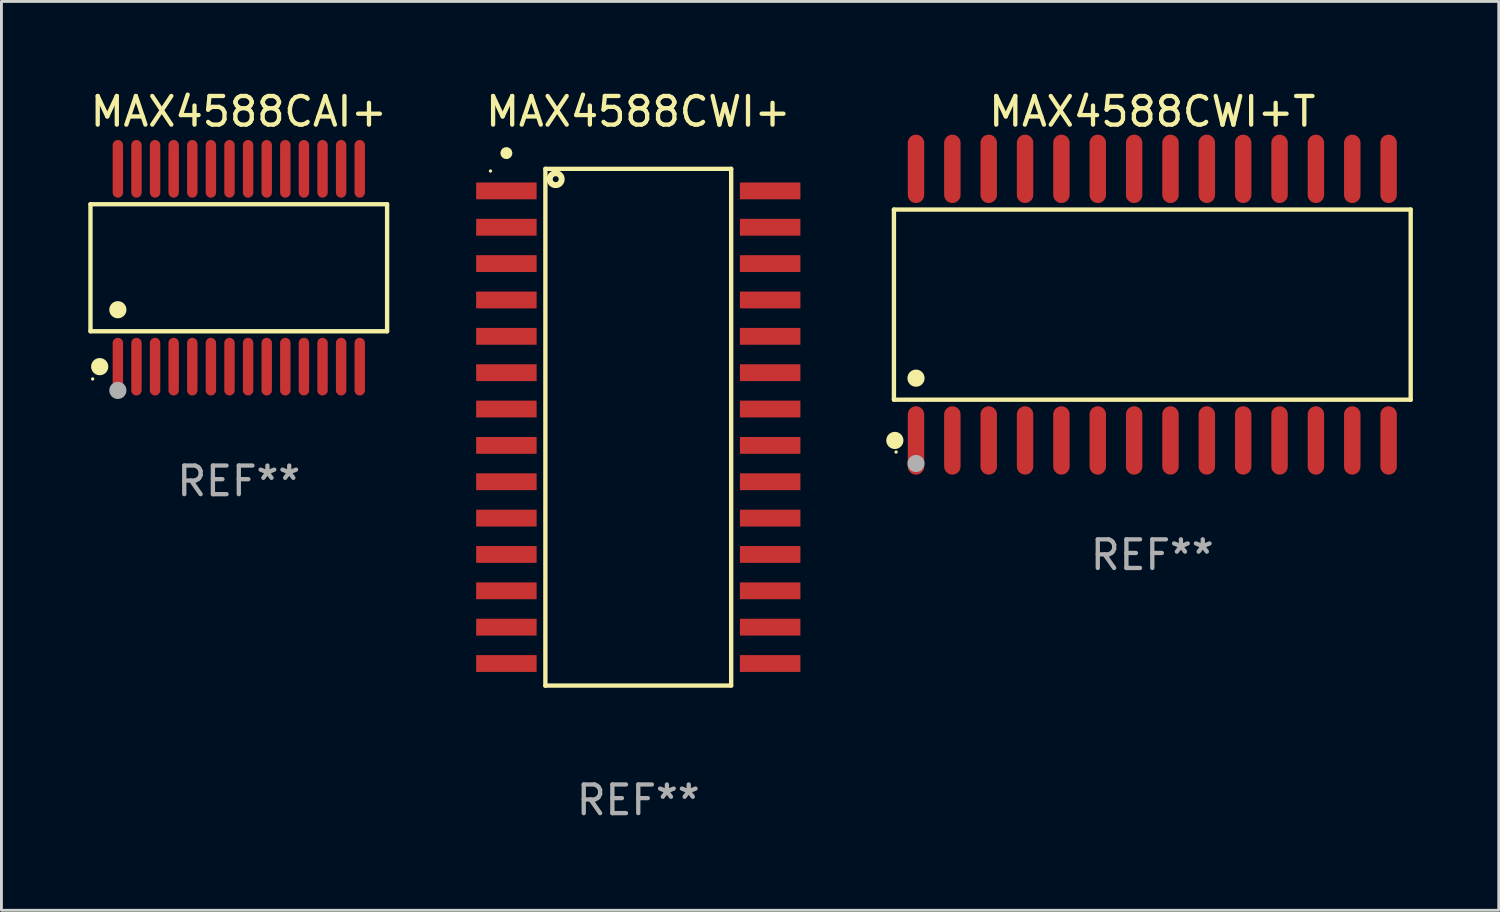
<source format=kicad_pcb>
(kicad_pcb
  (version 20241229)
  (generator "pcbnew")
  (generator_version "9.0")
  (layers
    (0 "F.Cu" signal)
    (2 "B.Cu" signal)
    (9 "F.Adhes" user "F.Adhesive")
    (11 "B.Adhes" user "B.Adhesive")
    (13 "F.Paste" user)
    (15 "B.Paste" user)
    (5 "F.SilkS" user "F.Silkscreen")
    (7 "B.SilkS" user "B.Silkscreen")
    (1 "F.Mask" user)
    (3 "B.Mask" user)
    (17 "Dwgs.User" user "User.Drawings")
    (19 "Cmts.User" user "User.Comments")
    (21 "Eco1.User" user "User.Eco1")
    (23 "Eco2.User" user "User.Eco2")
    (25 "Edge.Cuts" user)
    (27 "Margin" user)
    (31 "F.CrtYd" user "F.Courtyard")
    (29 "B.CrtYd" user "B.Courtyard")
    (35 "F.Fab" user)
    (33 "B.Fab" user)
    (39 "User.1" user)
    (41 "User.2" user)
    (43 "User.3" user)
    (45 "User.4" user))
  (footprint "MAX4588CWI+"
    (layer "F.Cu")
    (at 19.247 11.874)
    (property "Reference" "MAX4588CWI+" (at 0 -11.026 0) (layer "F.SilkS") (effects (font (size 1 1) (thickness 0.15))))
    (attr through_hole)
    (fp_line (start -3.245 -9.026) (end 3.245 -9.026) (stroke (width 0.152) (type solid)) (layer "F.SilkS"))
    (fp_line (start -3.245 9.026) (end -3.245 -9.026) (stroke (width 0.152) (type solid)) (layer "F.SilkS"))
    (fp_line (start 3.245 -9.026) (end 3.245 9.026) (stroke (width 0.152) (type solid)) (layer "F.SilkS"))
    (fp_line (start 3.245 9.026) (end -3.245 9.026) (stroke (width 0.152) (type solid)) (layer "F.SilkS"))
    (fp_circle (center -5.163 -8.95) (end -5.133 -8.95) (stroke (width 0.06) (type solid)) (fill no) (layer "F.SilkS"))
    (fp_circle (center -4.607 -9.576) (end -4.502 -9.576) (stroke (width 0.209) (type solid)) (fill no) (layer "F.SilkS"))
    (fp_circle (center -2.884 -8.665) (end -2.78 -8.665) (stroke (width 0.209) (type solid)) (fill no) (layer "F.SilkS"))
    (fp_text user "REF**" (at 0 13.026 0) (layer "F.Fab") (effects (font (size 1 1) (thickness 0.15))))
    (pad "1" smd rect (at -4.607 -8.255) (size 2.113 0.588) (layers "F.Cu" "F.Mask" "F.Paste"))
    (pad "2" smd rect (at -4.607 -6.985) (size 2.113 0.588) (layers "F.Cu" "F.Mask" "F.Paste"))
    (pad "3" smd rect (at -4.607 -5.715) (size 2.113 0.588) (layers "F.Cu" "F.Mask" "F.Paste"))
    (pad "4" smd rect (at -4.607 -4.445) (size 2.113 0.588) (layers "F.Cu" "F.Mask" "F.Paste"))
    (pad "5" smd rect (at -4.607 -3.175) (size 2.113 0.588) (layers "F.Cu" "F.Mask" "F.Paste"))
    (pad "6" smd rect (at -4.607 -1.905) (size 2.113 0.588) (layers "F.Cu" "F.Mask" "F.Paste"))
    (pad "7" smd rect (at -4.607 -0.635) (size 2.113 0.588) (layers "F.Cu" "F.Mask" "F.Paste"))
    (pad "8" smd rect (at -4.607 0.635) (size 2.113 0.588) (layers "F.Cu" "F.Mask" "F.Paste"))
    (pad "9" smd rect (at -4.607 1.905) (size 2.113 0.588) (layers "F.Cu" "F.Mask" "F.Paste"))
    (pad "10" smd rect (at -4.607 3.175) (size 2.113 0.588) (layers "F.Cu" "F.Mask" "F.Paste"))
    (pad "11" smd rect (at -4.607 4.445) (size 2.113 0.588) (layers "F.Cu" "F.Mask" "F.Paste"))
    (pad "12" smd rect (at -4.607 5.715) (size 2.113 0.588) (layers "F.Cu" "F.Mask" "F.Paste"))
    (pad "13" smd rect (at -4.607 6.985) (size 2.113 0.588) (layers "F.Cu" "F.Mask" "F.Paste"))
    (pad "14" smd rect (at -4.607 8.255) (size 2.113 0.588) (layers "F.Cu" "F.Mask" "F.Paste"))
    (pad "15" smd rect (at 4.607 8.255) (size 2.113 0.588) (layers "F.Cu" "F.Mask" "F.Paste"))
    (pad "16" smd rect (at 4.607 6.985) (size 2.113 0.588) (layers "F.Cu" "F.Mask" "F.Paste"))
    (pad "17" smd rect (at 4.607 5.715) (size 2.113 0.588) (layers "F.Cu" "F.Mask" "F.Paste"))
    (pad "18" smd rect (at 4.607 4.445) (size 2.113 0.588) (layers "F.Cu" "F.Mask" "F.Paste"))
    (pad "19" smd rect (at 4.607 3.175) (size 2.113 0.588) (layers "F.Cu" "F.Mask" "F.Paste"))
    (pad "20" smd rect (at 4.607 1.905) (size 2.113 0.588) (layers "F.Cu" "F.Mask" "F.Paste"))
    (pad "21" smd rect (at 4.607 0.635) (size 2.113 0.588) (layers "F.Cu" "F.Mask" "F.Paste"))
    (pad "22" smd rect (at 4.607 -0.635) (size 2.113 0.588) (layers "F.Cu" "F.Mask" "F.Paste"))
    (pad "23" smd rect (at 4.607 -1.905) (size 2.113 0.588) (layers "F.Cu" "F.Mask" "F.Paste"))
    (pad "24" smd rect (at 4.607 -3.175) (size 2.113 0.588) (layers "F.Cu" "F.Mask" "F.Paste"))
    (pad "25" smd rect (at 4.607 -4.445) (size 2.113 0.588) (layers "F.Cu" "F.Mask" "F.Paste"))
    (pad "26" smd rect (at 4.607 -5.715) (size 2.113 0.588) (layers "F.Cu" "F.Mask" "F.Paste"))
    (pad "27" smd rect (at 4.607 -6.985) (size 2.113 0.588) (layers "F.Cu" "F.Mask" "F.Paste"))
    (pad "28" smd rect (at 4.607 -8.255) (size 2.113 0.588) (layers "F.Cu" "F.Mask" "F.Paste")))
  (footprint "MAX4588CAI+"
    (layer "F.Cu")
    (at 5.292 6.303)
    (property "Reference" "MAX4588CAI+" (at 0 -5.455 0) (layer "F.SilkS") (effects (font (size 1 1) (thickness 0.15))))
    (attr through_hole)
    (fp_line (start -5.181 -2.219) (end 5.181 -2.219) (stroke (width 0.152) (type solid)) (layer "F.SilkS"))
    (fp_line (start -5.181 2.219) (end -5.181 -2.219) (stroke (width 0.152) (type solid)) (layer "F.SilkS"))
    (fp_line (start 5.181 -2.219) (end 5.181 2.219) (stroke (width 0.152) (type solid)) (layer "F.SilkS"))
    (fp_line (start 5.181 2.219) (end -5.181 2.219) (stroke (width 0.152) (type solid)) (layer "F.SilkS"))
    (fp_circle (center -5.105 3.885) (end -5.075 3.885) (stroke (width 0.06) (type solid)) (fill no) (layer "F.SilkS"))
    (fp_circle (center -4.859 3.455) (end -4.709 3.455) (stroke (width 0.3) (type solid)) (fill no) (layer "F.SilkS"))
    (fp_circle (center -4.225 1.467) (end -4.075 1.467) (stroke (width 0.3) (type solid)) (fill no) (layer "F.SilkS"))
    (fp_circle (center -4.225 4.285) (end -4.075 4.285) (stroke (width 0.3) (type solid)) (fill no) (layer "F.Fab"))
    (fp_text user "REF**" (at 0 7.455 0) (layer "F.Fab") (effects (font (size 1 1) (thickness 0.15))))
    (pad "1" smd oval (at -4.225 3.455) (size 0.364 2.015) (layers "F.Cu" "F.Mask" "F.Paste"))
    (pad "2" smd oval (at -3.575 3.455) (size 0.364 2.015) (layers "F.Cu" "F.Mask" "F.Paste"))
    (pad "3" smd oval (at -2.925 3.455) (size 0.364 2.015) (layers "F.Cu" "F.Mask" "F.Paste"))
    (pad "4" smd oval (at -2.275 3.455) (size 0.364 2.015) (layers "F.Cu" "F.Mask" "F.Paste"))
    (pad "5" smd oval (at -1.625 3.455) (size 0.364 2.015) (layers "F.Cu" "F.Mask" "F.Paste"))
    (pad "6" smd oval (at -0.975 3.455) (size 0.364 2.015) (layers "F.Cu" "F.Mask" "F.Paste"))
    (pad "7" smd oval (at -0.325 3.455) (size 0.364 2.015) (layers "F.Cu" "F.Mask" "F.Paste"))
    (pad "8" smd oval (at 0.325 3.455) (size 0.364 2.015) (layers "F.Cu" "F.Mask" "F.Paste"))
    (pad "9" smd oval (at 0.975 3.455) (size 0.364 2.015) (layers "F.Cu" "F.Mask" "F.Paste"))
    (pad "10" smd oval (at 1.625 3.455) (size 0.364 2.015) (layers "F.Cu" "F.Mask" "F.Paste"))
    (pad "11" smd oval (at 2.275 3.455) (size 0.364 2.015) (layers "F.Cu" "F.Mask" "F.Paste"))
    (pad "12" smd oval (at 2.925 3.455) (size 0.364 2.015) (layers "F.Cu" "F.Mask" "F.Paste"))
    (pad "13" smd oval (at 3.575 3.455) (size 0.364 2.015) (layers "F.Cu" "F.Mask" "F.Paste"))
    (pad "14" smd oval (at 4.225 3.455) (size 0.364 2.015) (layers "F.Cu" "F.Mask" "F.Paste"))
    (pad "15" smd oval (at 4.225 -3.455) (size 0.364 2.015) (layers "F.Cu" "F.Mask" "F.Paste"))
    (pad "16" smd oval (at 3.575 -3.455) (size 0.364 2.015) (layers "F.Cu" "F.Mask" "F.Paste"))
    (pad "17" smd oval (at 2.925 -3.455) (size 0.364 2.015) (layers "F.Cu" "F.Mask" "F.Paste"))
    (pad "18" smd oval (at 2.275 -3.455) (size 0.364 2.015) (layers "F.Cu" "F.Mask" "F.Paste"))
    (pad "19" smd oval (at 1.625 -3.455) (size 0.364 2.015) (layers "F.Cu" "F.Mask" "F.Paste"))
    (pad "20" smd oval (at 0.975 -3.455) (size 0.364 2.015) (layers "F.Cu" "F.Mask" "F.Paste"))
    (pad "21" smd oval (at 0.325 -3.455) (size 0.364 2.015) (layers "F.Cu" "F.Mask" "F.Paste"))
    (pad "22" smd oval (at -0.325 -3.455) (size 0.364 2.015) (layers "F.Cu" "F.Mask" "F.Paste"))
    (pad "23" smd oval (at -0.975 -3.455) (size 0.364 2.015) (layers "F.Cu" "F.Mask" "F.Paste"))
    (pad "24" smd oval (at -1.625 -3.455) (size 0.364 2.015) (layers "F.Cu" "F.Mask" "F.Paste"))
    (pad "25" smd oval (at -2.275 -3.455) (size 0.364 2.015) (layers "F.Cu" "F.Mask" "F.Paste"))
    (pad "26" smd oval (at -2.925 -3.455) (size 0.364 2.015) (layers "F.Cu" "F.Mask" "F.Paste"))
    (pad "27" smd oval (at -3.575 -3.455) (size 0.364 2.015) (layers "F.Cu" "F.Mask" "F.Paste"))
    (pad "28" smd oval (at -4.225 -3.455) (size 0.364 2.015) (layers "F.Cu" "F.Mask" "F.Paste")))
  (footprint "MAX4588CWI+T"
    (layer "F.Cu")
    (at 37.204 7.592)
    (property "Reference" "MAX4588CWI+T" (at 0 -6.744 0) (layer "F.SilkS") (effects (font (size 1 1) (thickness 0.15))))
    (attr through_hole)
    (fp_line (start -9.026 -3.321) (end 9.026 -3.321) (stroke (width 0.152) (type solid)) (layer "F.SilkS"))
    (fp_line (start -9.026 3.321) (end -9.026 -3.321) (stroke (width 0.152) (type solid)) (layer "F.SilkS"))
    (fp_line (start 9.026 -3.321) (end 9.026 3.321) (stroke (width 0.152) (type solid)) (layer "F.SilkS"))
    (fp_line (start 9.026 3.321) (end -9.026 3.321) (stroke (width 0.152) (type solid)) (layer "F.SilkS"))
    (fp_circle (center -8.994 4.744) (end -8.844 4.744) (stroke (width 0.3) (type solid)) (fill no) (layer "F.SilkS"))
    (fp_circle (center -8.95 5.15) (end -8.92 5.15) (stroke (width 0.06) (type solid)) (fill no) (layer "F.SilkS"))
    (fp_circle (center -8.255 2.569) (end -8.105 2.569) (stroke (width 0.3) (type solid)) (fill no) (layer "F.SilkS"))
    (fp_circle (center -8.255 5.55) (end -8.105 5.55) (stroke (width 0.3) (type solid)) (fill no) (layer "F.Fab"))
    (fp_text user "REF**" (at 0 8.744 0) (layer "F.Fab") (effects (font (size 1 1) (thickness 0.15))))
    (pad "1" smd oval (at -8.255 4.744) (size 0.574 2.388) (layers "F.Cu" "F.Mask" "F.Paste"))
    (pad "2" smd oval (at -6.985 4.744) (size 0.574 2.388) (layers "F.Cu" "F.Mask" "F.Paste"))
    (pad "3" smd oval (at -5.715 4.744) (size 0.574 2.388) (layers "F.Cu" "F.Mask" "F.Paste"))
    (pad "4" smd oval (at -4.445 4.744) (size 0.574 2.388) (layers "F.Cu" "F.Mask" "F.Paste"))
    (pad "5" smd oval (at -3.175 4.744) (size 0.574 2.388) (layers "F.Cu" "F.Mask" "F.Paste"))
    (pad "6" smd oval (at -1.905 4.744) (size 0.574 2.388) (layers "F.Cu" "F.Mask" "F.Paste"))
    (pad "7" smd oval (at -0.635 4.744) (size 0.574 2.388) (layers "F.Cu" "F.Mask" "F.Paste"))
    (pad "8" smd oval (at 0.635 4.744) (size 0.574 2.388) (layers "F.Cu" "F.Mask" "F.Paste"))
    (pad "9" smd oval (at 1.905 4.744) (size 0.574 2.388) (layers "F.Cu" "F.Mask" "F.Paste"))
    (pad "10" smd oval (at 3.175 4.744) (size 0.574 2.388) (layers "F.Cu" "F.Mask" "F.Paste"))
    (pad "11" smd oval (at 4.445 4.744) (size 0.574 2.388) (layers "F.Cu" "F.Mask" "F.Paste"))
    (pad "12" smd oval (at 5.715 4.744) (size 0.574 2.388) (layers "F.Cu" "F.Mask" "F.Paste"))
    (pad "13" smd oval (at 6.985 4.744) (size 0.574 2.388) (layers "F.Cu" "F.Mask" "F.Paste"))
    (pad "14" smd oval (at 8.255 4.744) (size 0.574 2.388) (layers "F.Cu" "F.Mask" "F.Paste"))
    (pad "15" smd oval (at 8.255 -4.744) (size 0.574 2.388) (layers "F.Cu" "F.Mask" "F.Paste"))
    (pad "16" smd oval (at 6.985 -4.744) (size 0.574 2.388) (layers "F.Cu" "F.Mask" "F.Paste"))
    (pad "17" smd oval (at 5.715 -4.744) (size 0.574 2.388) (layers "F.Cu" "F.Mask" "F.Paste"))
    (pad "18" smd oval (at 4.445 -4.744) (size 0.574 2.388) (layers "F.Cu" "F.Mask" "F.Paste"))
    (pad "19" smd oval (at 3.175 -4.744) (size 0.574 2.388) (layers "F.Cu" "F.Mask" "F.Paste"))
    (pad "20" smd oval (at 1.905 -4.744) (size 0.574 2.388) (layers "F.Cu" "F.Mask" "F.Paste"))
    (pad "21" smd oval (at 0.635 -4.744) (size 0.574 2.388) (layers "F.Cu" "F.Mask" "F.Paste"))
    (pad "22" smd oval (at -0.635 -4.744) (size 0.574 2.388) (layers "F.Cu" "F.Mask" "F.Paste"))
    (pad "23" smd oval (at -1.905 -4.744) (size 0.574 2.388) (layers "F.Cu" "F.Mask" "F.Paste"))
    (pad "24" smd oval (at -3.175 -4.744) (size 0.574 2.388) (layers "F.Cu" "F.Mask" "F.Paste"))
    (pad "25" smd oval (at -4.445 -4.744) (size 0.574 2.388) (layers "F.Cu" "F.Mask" "F.Paste"))
    (pad "26" smd oval (at -5.715 -4.744) (size 0.574 2.388) (layers "F.Cu" "F.Mask" "F.Paste"))
    (pad "27" smd oval (at -6.985 -4.744) (size 0.574 2.388) (layers "F.Cu" "F.Mask" "F.Paste"))
    (pad "28" smd oval (at -8.255 -4.744) (size 0.574 2.388) (layers "F.Cu" "F.Mask" "F.Paste")))
  (gr_rect
    (start -3 -3)
    (end 49.307 28.749)
    (stroke (width 0.1) (type default))
    (fill no)
    (layer "Edge.Cuts")))
</source>
